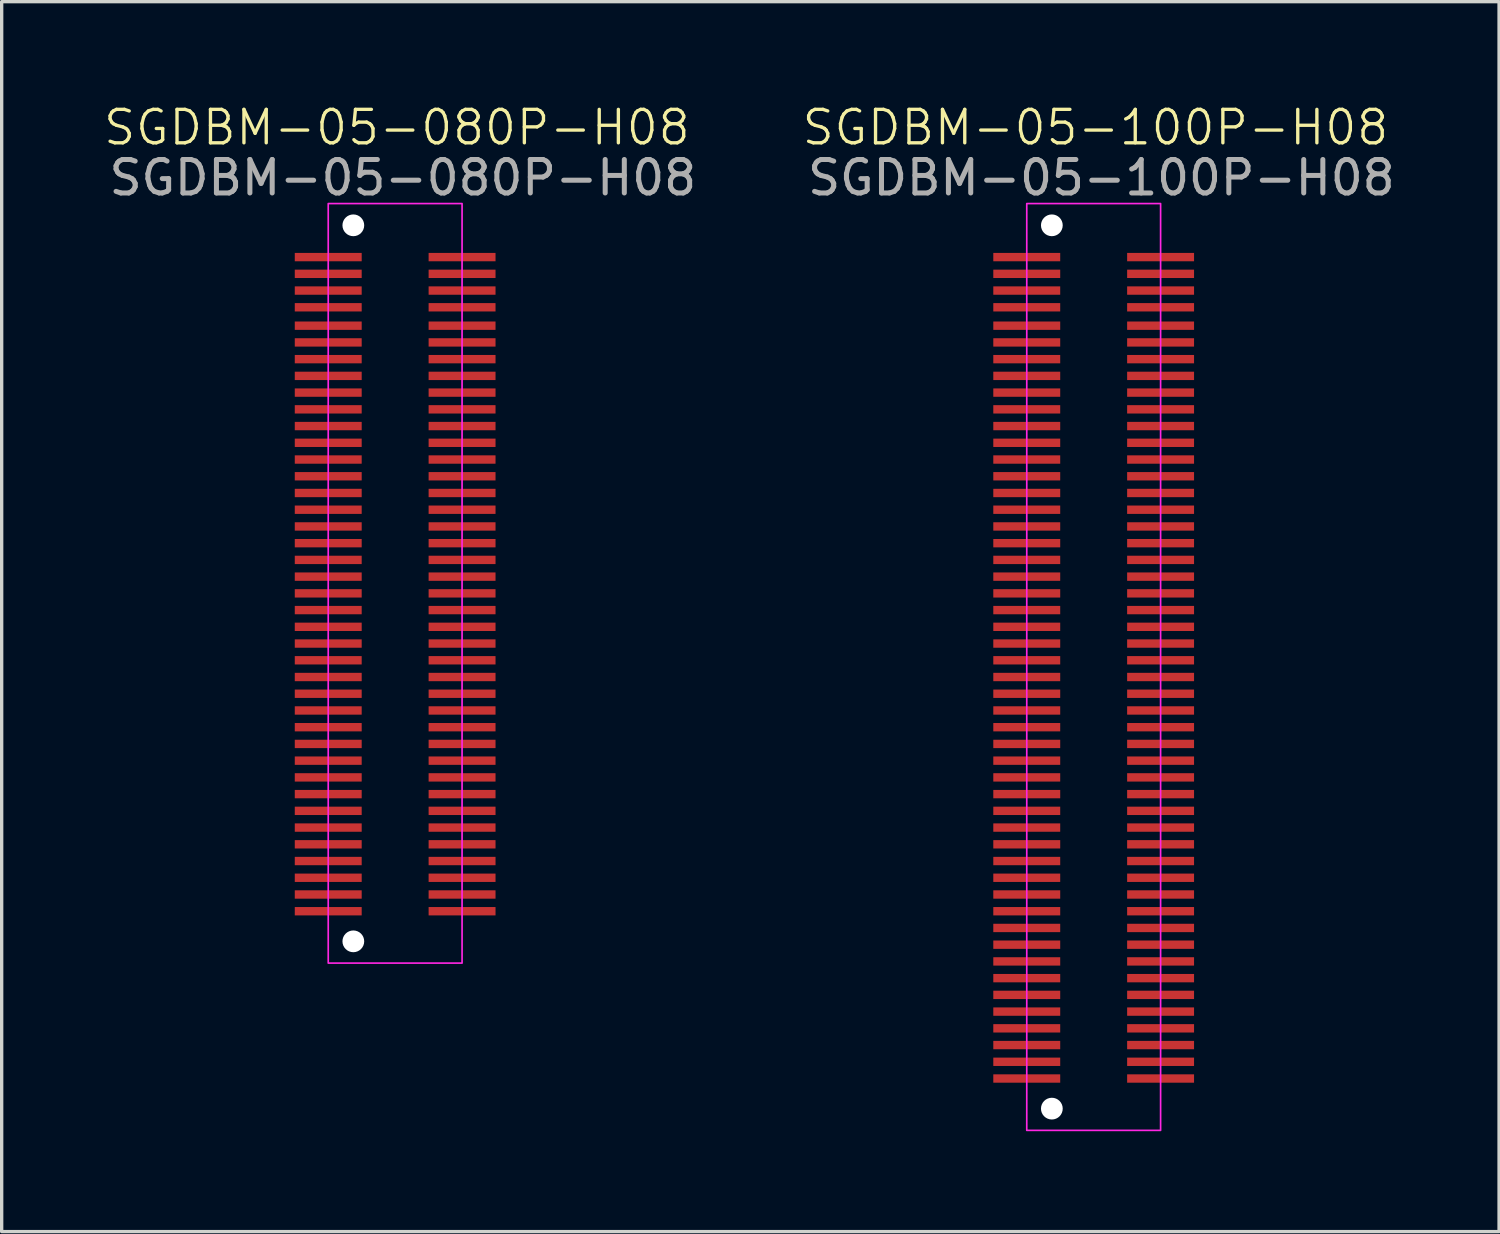
<source format=kicad_pcb>
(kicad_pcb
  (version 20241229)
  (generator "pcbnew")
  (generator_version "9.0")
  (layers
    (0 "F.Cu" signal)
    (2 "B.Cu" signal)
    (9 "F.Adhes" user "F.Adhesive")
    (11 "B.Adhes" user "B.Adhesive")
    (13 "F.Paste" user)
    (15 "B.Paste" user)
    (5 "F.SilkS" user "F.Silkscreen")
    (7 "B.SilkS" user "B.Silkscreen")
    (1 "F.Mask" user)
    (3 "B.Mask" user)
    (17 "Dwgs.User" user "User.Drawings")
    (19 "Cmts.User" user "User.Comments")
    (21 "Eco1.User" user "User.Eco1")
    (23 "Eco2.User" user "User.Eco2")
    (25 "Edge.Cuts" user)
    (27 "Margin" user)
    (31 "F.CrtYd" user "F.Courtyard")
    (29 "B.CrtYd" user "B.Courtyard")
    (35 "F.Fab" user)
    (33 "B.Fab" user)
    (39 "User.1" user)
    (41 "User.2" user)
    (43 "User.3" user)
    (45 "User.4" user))
  (footprint "SGDBM-05-080P-H08"
    (layer "F.Cu")
    (at 6.76 4.634)
    (property "Reference" "SGDBM-05-080P-H08" (at 2.052 -3.873 0) (unlocked yes) (layer "F.SilkS") (effects (font (size 1 1) (thickness 0.1))))
    (attr smd)
    (fp_rect (start 0 -1.6) (end 4 21.1) (stroke (width 0.05) (type default)) (fill no) (layer "F.CrtYd"))
    (fp_text user "${REFERENCE}" (at 2.23 -2.372 0) (unlocked yes) (layer "F.Fab") (effects (font (size 1 1) (thickness 0.15))))
    (pad "" np_thru_hole circle (at 0.75 -0.95) (size 0.65 0.65) (drill 0.65) (layers "*.Cu" "*.Mask"))
    (pad "" np_thru_hole circle (at 0.75 20.45) (size 0.65 0.65) (drill 0.65) (layers "*.Cu" "*.Mask"))
    (pad "1" smd rect (at 0 0 90) (size 0.25 2) (layers "F.Cu" "F.Mask" "F.Paste"))
    (pad "2" smd rect (at 4 0 90) (size 0.25 2) (layers "F.Cu" "F.Mask" "F.Paste"))
    (pad "3" smd rect (at 0 0.5 90) (size 0.25 2) (layers "F.Cu" "F.Mask" "F.Paste"))
    (pad "4" smd rect (at 4 0.5 90) (size 0.25 2) (layers "F.Cu" "F.Mask" "F.Paste"))
    (pad "5" smd rect (at 0 1 90) (size 0.25 2) (layers "F.Cu" "F.Mask" "F.Paste"))
    (pad "6" smd rect (at 4 1 90) (size 0.25 2) (layers "F.Cu" "F.Mask" "F.Paste"))
    (pad "7" smd rect (at 0 1.5 90) (size 0.25 2) (layers "F.Cu" "F.Mask" "F.Paste"))
    (pad "8" smd rect (at 4 1.5 90) (size 0.25 2) (layers "F.Cu" "F.Mask" "F.Paste"))
    (pad "9" smd rect (at 0 2.05 90) (size 0.25 2) (layers "F.Cu" "F.Mask" "F.Paste"))
    (pad "10" smd rect (at 4 2.05 90) (size 0.25 2) (layers "F.Cu" "F.Mask" "F.Paste"))
    (pad "11" smd rect (at 0 2.55 90) (size 0.25 2) (layers "F.Cu" "F.Mask" "F.Paste"))
    (pad "12" smd rect (at 4 2.55 90) (size 0.25 2) (layers "F.Cu" "F.Mask" "F.Paste"))
    (pad "13" smd rect (at 0 3.05 90) (size 0.25 2) (layers "F.Cu" "F.Mask" "F.Paste"))
    (pad "14" smd rect (at 4 3.05 90) (size 0.25 2) (layers "F.Cu" "F.Mask" "F.Paste"))
    (pad "15" smd rect (at 0 3.55 90) (size 0.25 2) (layers "F.Cu" "F.Mask" "F.Paste"))
    (pad "16" smd rect (at 4 3.55 90) (size 0.25 2) (layers "F.Cu" "F.Mask" "F.Paste"))
    (pad "17" smd rect (at 0 4.05 90) (size 0.25 2) (layers "F.Cu" "F.Mask" "F.Paste"))
    (pad "18" smd rect (at 4 4.05 90) (size 0.25 2) (layers "F.Cu" "F.Mask" "F.Paste"))
    (pad "19" smd rect (at 0 4.55 90) (size 0.25 2) (layers "F.Cu" "F.Mask" "F.Paste"))
    (pad "20" smd rect (at 4 4.55 90) (size 0.25 2) (layers "F.Cu" "F.Mask" "F.Paste"))
    (pad "21" smd rect (at 0 5.05 90) (size 0.25 2) (layers "F.Cu" "F.Mask" "F.Paste"))
    (pad "22" smd rect (at 4 5.05 90) (size 0.25 2) (layers "F.Cu" "F.Mask" "F.Paste"))
    (pad "23" smd rect (at 0 5.55 90) (size 0.25 2) (layers "F.Cu" "F.Mask" "F.Paste"))
    (pad "24" smd rect (at 4 5.55 90) (size 0.25 2) (layers "F.Cu" "F.Mask" "F.Paste"))
    (pad "25" smd rect (at 0 6.05 90) (size 0.25 2) (layers "F.Cu" "F.Mask" "F.Paste"))
    (pad "26" smd rect (at 4 6.05 90) (size 0.25 2) (layers "F.Cu" "F.Mask" "F.Paste"))
    (pad "27" smd rect (at 0 6.55 90) (size 0.25 2) (layers "F.Cu" "F.Mask" "F.Paste"))
    (pad "28" smd rect (at 4 6.55 90) (size 0.25 2) (layers "F.Cu" "F.Mask" "F.Paste"))
    (pad "29" smd rect (at 0 7.05 90) (size 0.25 2) (layers "F.Cu" "F.Mask" "F.Paste"))
    (pad "30" smd rect (at 4 7.05 90) (size 0.25 2) (layers "F.Cu" "F.Mask" "F.Paste"))
    (pad "31" smd rect (at 0 7.55 90) (size 0.25 2) (layers "F.Cu" "F.Mask" "F.Paste"))
    (pad "32" smd rect (at 4 7.55 90) (size 0.25 2) (layers "F.Cu" "F.Mask" "F.Paste"))
    (pad "33" smd rect (at 0 8.05 90) (size 0.25 2) (layers "F.Cu" "F.Mask" "F.Paste"))
    (pad "34" smd rect (at 4 8.05 90) (size 0.25 2) (layers "F.Cu" "F.Mask" "F.Paste"))
    (pad "35" smd rect (at 0 8.55 90) (size 0.25 2) (layers "F.Cu" "F.Mask" "F.Paste"))
    (pad "36" smd rect (at 4 8.55 90) (size 0.25 2) (layers "F.Cu" "F.Mask" "F.Paste"))
    (pad "37" smd rect (at 0 9.05 90) (size 0.25 2) (layers "F.Cu" "F.Mask" "F.Paste"))
    (pad "38" smd rect (at 4 9.05 90) (size 0.25 2) (layers "F.Cu" "F.Mask" "F.Paste"))
    (pad "39" smd rect (at 0 9.55 90) (size 0.25 2) (layers "F.Cu" "F.Mask" "F.Paste"))
    (pad "40" smd rect (at 4 9.55 90) (size 0.25 2) (layers "F.Cu" "F.Mask" "F.Paste"))
    (pad "41" smd rect (at 0 10.05 90) (size 0.25 2) (layers "F.Cu" "F.Mask" "F.Paste"))
    (pad "42" smd rect (at 4 10.05 90) (size 0.25 2) (layers "F.Cu" "F.Mask" "F.Paste"))
    (pad "43" smd rect (at 0 10.55 90) (size 0.25 2) (layers "F.Cu" "F.Mask" "F.Paste"))
    (pad "44" smd rect (at 4 10.55 90) (size 0.25 2) (layers "F.Cu" "F.Mask" "F.Paste"))
    (pad "45" smd rect (at 0 11.05 90) (size 0.25 2) (layers "F.Cu" "F.Mask" "F.Paste"))
    (pad "46" smd rect (at 4 11.05 90) (size 0.25 2) (layers "F.Cu" "F.Mask" "F.Paste"))
    (pad "47" smd rect (at 0 11.55 90) (size 0.25 2) (layers "F.Cu" "F.Mask" "F.Paste"))
    (pad "48" smd rect (at 4 11.55 90) (size 0.25 2) (layers "F.Cu" "F.Mask" "F.Paste"))
    (pad "49" smd rect (at 0 12.05 90) (size 0.25 2) (layers "F.Cu" "F.Mask" "F.Paste"))
    (pad "50" smd rect (at 4 12.05 90) (size 0.25 2) (layers "F.Cu" "F.Mask" "F.Paste"))
    (pad "51" smd rect (at 0 12.55 90) (size 0.25 2) (layers "F.Cu" "F.Mask" "F.Paste"))
    (pad "52" smd rect (at 4 12.55 90) (size 0.25 2) (layers "F.Cu" "F.Mask" "F.Paste"))
    (pad "53" smd rect (at 0 13.05 90) (size 0.25 2) (layers "F.Cu" "F.Mask" "F.Paste"))
    (pad "54" smd rect (at 4 13.05 90) (size 0.25 2) (layers "F.Cu" "F.Mask" "F.Paste"))
    (pad "55" smd rect (at 0 13.55 90) (size 0.25 2) (layers "F.Cu" "F.Mask" "F.Paste"))
    (pad "56" smd rect (at 4 13.55 90) (size 0.25 2) (layers "F.Cu" "F.Mask" "F.Paste"))
    (pad "57" smd rect (at 0 14.05 90) (size 0.25 2) (layers "F.Cu" "F.Mask" "F.Paste"))
    (pad "58" smd rect (at 4 14.05 90) (size 0.25 2) (layers "F.Cu" "F.Mask" "F.Paste"))
    (pad "59" smd rect (at 0 14.55 90) (size 0.25 2) (layers "F.Cu" "F.Mask" "F.Paste"))
    (pad "60" smd rect (at 4 14.55 90) (size 0.25 2) (layers "F.Cu" "F.Mask" "F.Paste"))
    (pad "61" smd rect (at 0 15.05 90) (size 0.25 2) (layers "F.Cu" "F.Mask" "F.Paste"))
    (pad "62" smd rect (at 4 15.05 90) (size 0.25 2) (layers "F.Cu" "F.Mask" "F.Paste"))
    (pad "63" smd rect (at 0 15.55 90) (size 0.25 2) (layers "F.Cu" "F.Mask" "F.Paste"))
    (pad "64" smd rect (at 4 15.55 90) (size 0.25 2) (layers "F.Cu" "F.Mask" "F.Paste"))
    (pad "65" smd rect (at 0 16.05 90) (size 0.25 2) (layers "F.Cu" "F.Mask" "F.Paste"))
    (pad "65" smd rect (at 4 16.05 90) (size 0.25 2) (layers "F.Cu" "F.Mask" "F.Paste"))
    (pad "67" smd rect (at 0 16.55 90) (size 0.25 2) (layers "F.Cu" "F.Mask" "F.Paste"))
    (pad "68" smd rect (at 4 16.55 90) (size 0.25 2) (layers "F.Cu" "F.Mask" "F.Paste"))
    (pad "69" smd rect (at 0 17.05 90) (size 0.25 2) (layers "F.Cu" "F.Mask" "F.Paste"))
    (pad "70" smd rect (at 4 17.05 90) (size 0.25 2) (layers "F.Cu" "F.Mask" "F.Paste"))
    (pad "71" smd rect (at 0 17.55 90) (size 0.25 2) (layers "F.Cu" "F.Mask" "F.Paste"))
    (pad "72" smd rect (at 4 17.55 90) (size 0.25 2) (layers "F.Cu" "F.Mask" "F.Paste"))
    (pad "73" smd rect (at 0 18.05 90) (size 0.25 2) (layers "F.Cu" "F.Mask" "F.Paste"))
    (pad "74" smd rect (at 4 18.05 90) (size 0.25 2) (layers "F.Cu" "F.Mask" "F.Paste"))
    (pad "75" smd rect (at 0 18.55 90) (size 0.25 2) (layers "F.Cu" "F.Mask" "F.Paste"))
    (pad "76" smd rect (at 4 18.55 90) (size 0.25 2) (layers "F.Cu" "F.Mask" "F.Paste"))
    (pad "77" smd rect (at 0 19.05 90) (size 0.25 2) (layers "F.Cu" "F.Mask" "F.Paste"))
    (pad "78" smd rect (at 4 19.05 90) (size 0.25 2) (layers "F.Cu" "F.Mask" "F.Paste"))
    (pad "79" smd rect (at 0 19.55 90) (size 0.25 2) (layers "F.Cu" "F.Mask" "F.Paste"))
    (pad "80" smd rect (at 4 19.55 90) (size 0.25 2) (layers "F.Cu" "F.Mask" "F.Paste")))
  (footprint "SGDBM-05-100P-H08"
    (layer "F.Cu")
    (at 27.637 3.034)
    (property "Reference" "SGDBM-05-100P-H08" (at 2.052 -2.273 0) (unlocked yes) (layer "F.SilkS") (effects (font (size 1 1) (thickness 0.1))))
    (attr smd)
    (fp_rect (start 0 0) (end 4 27.7) (stroke (width 0.05) (type default)) (fill no) (layer "F.CrtYd"))
    (fp_text user "${REFERENCE}" (at 2.23 -0.772 0) (unlocked yes) (layer "F.Fab") (effects (font (size 1 1) (thickness 0.15))))
    (pad "" np_thru_hole circle (at 0.75 0.65) (size 0.65 0.65) (drill 0.65) (layers "*.Cu" "*.Mask"))
    (pad "" np_thru_hole circle (at 0.75 27.05) (size 0.65 0.65) (drill 0.65) (layers "*.Cu" "*.Mask"))
    (pad "1" smd rect (at 0 1.6 90) (size 0.25 2) (layers "F.Cu" "F.Mask" "F.Paste"))
    (pad "2" smd rect (at 4 1.6 90) (size 0.25 2) (layers "F.Cu" "F.Mask" "F.Paste"))
    (pad "3" smd rect (at 0 2.1 90) (size 0.25 2) (layers "F.Cu" "F.Mask" "F.Paste"))
    (pad "4" smd rect (at 4 2.1 90) (size 0.25 2) (layers "F.Cu" "F.Mask" "F.Paste"))
    (pad "5" smd rect (at 0 2.6 90) (size 0.25 2) (layers "F.Cu" "F.Mask" "F.Paste"))
    (pad "6" smd rect (at 4 2.6 90) (size 0.25 2) (layers "F.Cu" "F.Mask" "F.Paste"))
    (pad "7" smd rect (at 0 3.1 90) (size 0.25 2) (layers "F.Cu" "F.Mask" "F.Paste"))
    (pad "8" smd rect (at 4 3.1 90) (size 0.25 2) (layers "F.Cu" "F.Mask" "F.Paste"))
    (pad "9" smd rect (at 0 3.65 90) (size 0.25 2) (layers "F.Cu" "F.Mask" "F.Paste"))
    (pad "10" smd rect (at 4 3.65 90) (size 0.25 2) (layers "F.Cu" "F.Mask" "F.Paste"))
    (pad "11" smd rect (at 0 4.15 90) (size 0.25 2) (layers "F.Cu" "F.Mask" "F.Paste"))
    (pad "12" smd rect (at 4 4.15 90) (size 0.25 2) (layers "F.Cu" "F.Mask" "F.Paste"))
    (pad "13" smd rect (at 0 4.65 90) (size 0.25 2) (layers "F.Cu" "F.Mask" "F.Paste"))
    (pad "14" smd rect (at 4 4.65 90) (size 0.25 2) (layers "F.Cu" "F.Mask" "F.Paste"))
    (pad "15" smd rect (at 0 5.15 90) (size 0.25 2) (layers "F.Cu" "F.Mask" "F.Paste"))
    (pad "16" smd rect (at 4 5.15 90) (size 0.25 2) (layers "F.Cu" "F.Mask" "F.Paste"))
    (pad "17" smd rect (at 0 5.65 90) (size 0.25 2) (layers "F.Cu" "F.Mask" "F.Paste"))
    (pad "18" smd rect (at 4 5.65 90) (size 0.25 2) (layers "F.Cu" "F.Mask" "F.Paste"))
    (pad "19" smd rect (at 0 6.15 90) (size 0.25 2) (layers "F.Cu" "F.Mask" "F.Paste"))
    (pad "20" smd rect (at 4 6.15 90) (size 0.25 2) (layers "F.Cu" "F.Mask" "F.Paste"))
    (pad "21" smd rect (at 0 6.65 90) (size 0.25 2) (layers "F.Cu" "F.Mask" "F.Paste"))
    (pad "22" smd rect (at 4 6.65 90) (size 0.25 2) (layers "F.Cu" "F.Mask" "F.Paste"))
    (pad "23" smd rect (at 0 7.15 90) (size 0.25 2) (layers "F.Cu" "F.Mask" "F.Paste"))
    (pad "24" smd rect (at 4 7.15 90) (size 0.25 2) (layers "F.Cu" "F.Mask" "F.Paste"))
    (pad "25" smd rect (at 0 7.65 90) (size 0.25 2) (layers "F.Cu" "F.Mask" "F.Paste"))
    (pad "26" smd rect (at 4 7.65 90) (size 0.25 2) (layers "F.Cu" "F.Mask" "F.Paste"))
    (pad "27" smd rect (at 0 8.15 90) (size 0.25 2) (layers "F.Cu" "F.Mask" "F.Paste"))
    (pad "28" smd rect (at 4 8.15 90) (size 0.25 2) (layers "F.Cu" "F.Mask" "F.Paste"))
    (pad "29" smd rect (at 0 8.65 90) (size 0.25 2) (layers "F.Cu" "F.Mask" "F.Paste"))
    (pad "30" smd rect (at 4 8.65 90) (size 0.25 2) (layers "F.Cu" "F.Mask" "F.Paste"))
    (pad "31" smd rect (at 0 9.15 90) (size 0.25 2) (layers "F.Cu" "F.Mask" "F.Paste"))
    (pad "32" smd rect (at 4 9.15 90) (size 0.25 2) (layers "F.Cu" "F.Mask" "F.Paste"))
    (pad "33" smd rect (at 0 9.65 90) (size 0.25 2) (layers "F.Cu" "F.Mask" "F.Paste"))
    (pad "34" smd rect (at 4 9.65 90) (size 0.25 2) (layers "F.Cu" "F.Mask" "F.Paste"))
    (pad "35" smd rect (at 0 10.15 90) (size 0.25 2) (layers "F.Cu" "F.Mask" "F.Paste"))
    (pad "36" smd rect (at 4 10.15 90) (size 0.25 2) (layers "F.Cu" "F.Mask" "F.Paste"))
    (pad "37" smd rect (at 0 10.65 90) (size 0.25 2) (layers "F.Cu" "F.Mask" "F.Paste"))
    (pad "38" smd rect (at 4 10.65 90) (size 0.25 2) (layers "F.Cu" "F.Mask" "F.Paste"))
    (pad "39" smd rect (at 0 11.15 90) (size 0.25 2) (layers "F.Cu" "F.Mask" "F.Paste"))
    (pad "40" smd rect (at 4 11.15 90) (size 0.25 2) (layers "F.Cu" "F.Mask" "F.Paste"))
    (pad "41" smd rect (at 0 11.65 90) (size 0.25 2) (layers "F.Cu" "F.Mask" "F.Paste"))
    (pad "42" smd rect (at 4 11.65 90) (size 0.25 2) (layers "F.Cu" "F.Mask" "F.Paste"))
    (pad "43" smd rect (at 0 12.15 90) (size 0.25 2) (layers "F.Cu" "F.Mask" "F.Paste"))
    (pad "44" smd rect (at 4 12.15 90) (size 0.25 2) (layers "F.Cu" "F.Mask" "F.Paste"))
    (pad "45" smd rect (at 0 12.65 90) (size 0.25 2) (layers "F.Cu" "F.Mask" "F.Paste"))
    (pad "46" smd rect (at 4 12.65 90) (size 0.25 2) (layers "F.Cu" "F.Mask" "F.Paste"))
    (pad "47" smd rect (at 0 13.15 90) (size 0.25 2) (layers "F.Cu" "F.Mask" "F.Paste"))
    (pad "48" smd rect (at 4 13.15 90) (size 0.25 2) (layers "F.Cu" "F.Mask" "F.Paste"))
    (pad "49" smd rect (at 0 13.65 90) (size 0.25 2) (layers "F.Cu" "F.Mask" "F.Paste"))
    (pad "50" smd rect (at 4 13.65 90) (size 0.25 2) (layers "F.Cu" "F.Mask" "F.Paste"))
    (pad "51" smd rect (at 0 14.15 90) (size 0.25 2) (layers "F.Cu" "F.Mask" "F.Paste"))
    (pad "52" smd rect (at 4 14.15 90) (size 0.25 2) (layers "F.Cu" "F.Mask" "F.Paste"))
    (pad "53" smd rect (at 0 14.65 90) (size 0.25 2) (layers "F.Cu" "F.Mask" "F.Paste"))
    (pad "54" smd rect (at 4 14.65 90) (size 0.25 2) (layers "F.Cu" "F.Mask" "F.Paste"))
    (pad "55" smd rect (at 0 15.15 90) (size 0.25 2) (layers "F.Cu" "F.Mask" "F.Paste"))
    (pad "56" smd rect (at 4 15.15 90) (size 0.25 2) (layers "F.Cu" "F.Mask" "F.Paste"))
    (pad "57" smd rect (at 0 15.65 90) (size 0.25 2) (layers "F.Cu" "F.Mask" "F.Paste"))
    (pad "58" smd rect (at 4 15.65 90) (size 0.25 2) (layers "F.Cu" "F.Mask" "F.Paste"))
    (pad "59" smd rect (at 0 16.15 90) (size 0.25 2) (layers "F.Cu" "F.Mask" "F.Paste"))
    (pad "60" smd rect (at 4 16.15 90) (size 0.25 2) (layers "F.Cu" "F.Mask" "F.Paste"))
    (pad "61" smd rect (at 0 16.65 90) (size 0.25 2) (layers "F.Cu" "F.Mask" "F.Paste"))
    (pad "62" smd rect (at 4 16.65 90) (size 0.25 2) (layers "F.Cu" "F.Mask" "F.Paste"))
    (pad "63" smd rect (at 0 17.15 90) (size 0.25 2) (layers "F.Cu" "F.Mask" "F.Paste"))
    (pad "64" smd rect (at 4 17.15 90) (size 0.25 2) (layers "F.Cu" "F.Mask" "F.Paste"))
    (pad "65" smd rect (at 0 17.65 90) (size 0.25 2) (layers "F.Cu" "F.Mask" "F.Paste"))
    (pad "65" smd rect (at 4 17.65 90) (size 0.25 2) (layers "F.Cu" "F.Mask" "F.Paste"))
    (pad "67" smd rect (at 0 18.15 90) (size 0.25 2) (layers "F.Cu" "F.Mask" "F.Paste"))
    (pad "68" smd rect (at 4 18.15 90) (size 0.25 2) (layers "F.Cu" "F.Mask" "F.Paste"))
    (pad "69" smd rect (at 0 18.65 90) (size 0.25 2) (layers "F.Cu" "F.Mask" "F.Paste"))
    (pad "70" smd rect (at 4 18.65 90) (size 0.25 2) (layers "F.Cu" "F.Mask" "F.Paste"))
    (pad "71" smd rect (at 0 19.15 90) (size 0.25 2) (layers "F.Cu" "F.Mask" "F.Paste"))
    (pad "72" smd rect (at 4 19.15 90) (size 0.25 2) (layers "F.Cu" "F.Mask" "F.Paste"))
    (pad "73" smd rect (at 0 19.65 90) (size 0.25 2) (layers "F.Cu" "F.Mask" "F.Paste"))
    (pad "74" smd rect (at 4 19.65 90) (size 0.25 2) (layers "F.Cu" "F.Mask" "F.Paste"))
    (pad "75" smd rect (at 0 20.15 90) (size 0.25 2) (layers "F.Cu" "F.Mask" "F.Paste"))
    (pad "76" smd rect (at 4 20.15 90) (size 0.25 2) (layers "F.Cu" "F.Mask" "F.Paste"))
    (pad "77" smd rect (at 0 20.65 90) (size 0.25 2) (layers "F.Cu" "F.Mask" "F.Paste"))
    (pad "78" smd rect (at 4 20.65 90) (size 0.25 2) (layers "F.Cu" "F.Mask" "F.Paste"))
    (pad "79" smd rect (at 0 21.15 90) (size 0.25 2) (layers "F.Cu" "F.Mask" "F.Paste"))
    (pad "80" smd rect (at 4 21.15 90) (size 0.25 2) (layers "F.Cu" "F.Mask" "F.Paste"))
    (pad "81" smd rect (at 0 21.65 90) (size 0.25 2) (layers "F.Cu" "F.Mask" "F.Paste"))
    (pad "82" smd rect (at 4 21.65 90) (size 0.25 2) (layers "F.Cu" "F.Mask" "F.Paste"))
    (pad "83" smd rect (at 0 22.15 90) (size 0.25 2) (layers "F.Cu" "F.Mask" "F.Paste"))
    (pad "84" smd rect (at 4 22.15 90) (size 0.25 2) (layers "F.Cu" "F.Mask" "F.Paste"))
    (pad "85" smd rect (at 0 22.65 90) (size 0.25 2) (layers "F.Cu" "F.Mask" "F.Paste"))
    (pad "86" smd rect (at 4 22.65 90) (size 0.25 2) (layers "F.Cu" "F.Mask" "F.Paste"))
    (pad "87" smd rect (at 0 23.15 90) (size 0.25 2) (layers "F.Cu" "F.Mask" "F.Paste"))
    (pad "88" smd rect (at 4 23.15 90) (size 0.25 2) (layers "F.Cu" "F.Mask" "F.Paste"))
    (pad "89" smd rect (at 0 23.65 90) (size 0.25 2) (layers "F.Cu" "F.Mask" "F.Paste"))
    (pad "90" smd rect (at 4 23.65 90) (size 0.25 2) (layers "F.Cu" "F.Mask" "F.Paste"))
    (pad "91" smd rect (at 0 24.15 90) (size 0.25 2) (layers "F.Cu" "F.Mask" "F.Paste"))
    (pad "92" smd rect (at 4 24.15 90) (size 0.25 2) (layers "F.Cu" "F.Mask" "F.Paste"))
    (pad "93" smd rect (at 0 24.65 90) (size 0.25 2) (layers "F.Cu" "F.Mask" "F.Paste"))
    (pad "94" smd rect (at 4 24.65 90) (size 0.25 2) (layers "F.Cu" "F.Mask" "F.Paste"))
    (pad "95" smd rect (at 0 25.15 90) (size 0.25 2) (layers "F.Cu" "F.Mask" "F.Paste"))
    (pad "96" smd rect (at 4 25.15 90) (size 0.25 2) (layers "F.Cu" "F.Mask" "F.Paste"))
    (pad "97" smd rect (at 0 25.65 90) (size 0.25 2) (layers "F.Cu" "F.Mask" "F.Paste"))
    (pad "98" smd rect (at 4 25.65 90) (size 0.25 2) (layers "F.Cu" "F.Mask" "F.Paste"))
    (pad "99" smd rect (at 0 26.15 90) (size 0.25 2) (layers "F.Cu" "F.Mask" "F.Paste"))
    (pad "100" smd rect (at 4 26.15 90) (size 0.25 2) (layers "F.Cu" "F.Mask" "F.Paste")))
  (gr_rect
    (start -3 -3)
    (end 41.753 33.759)
    (stroke (width 0.1) (type default))
    (fill no)
    (layer "Edge.Cuts")))
</source>
